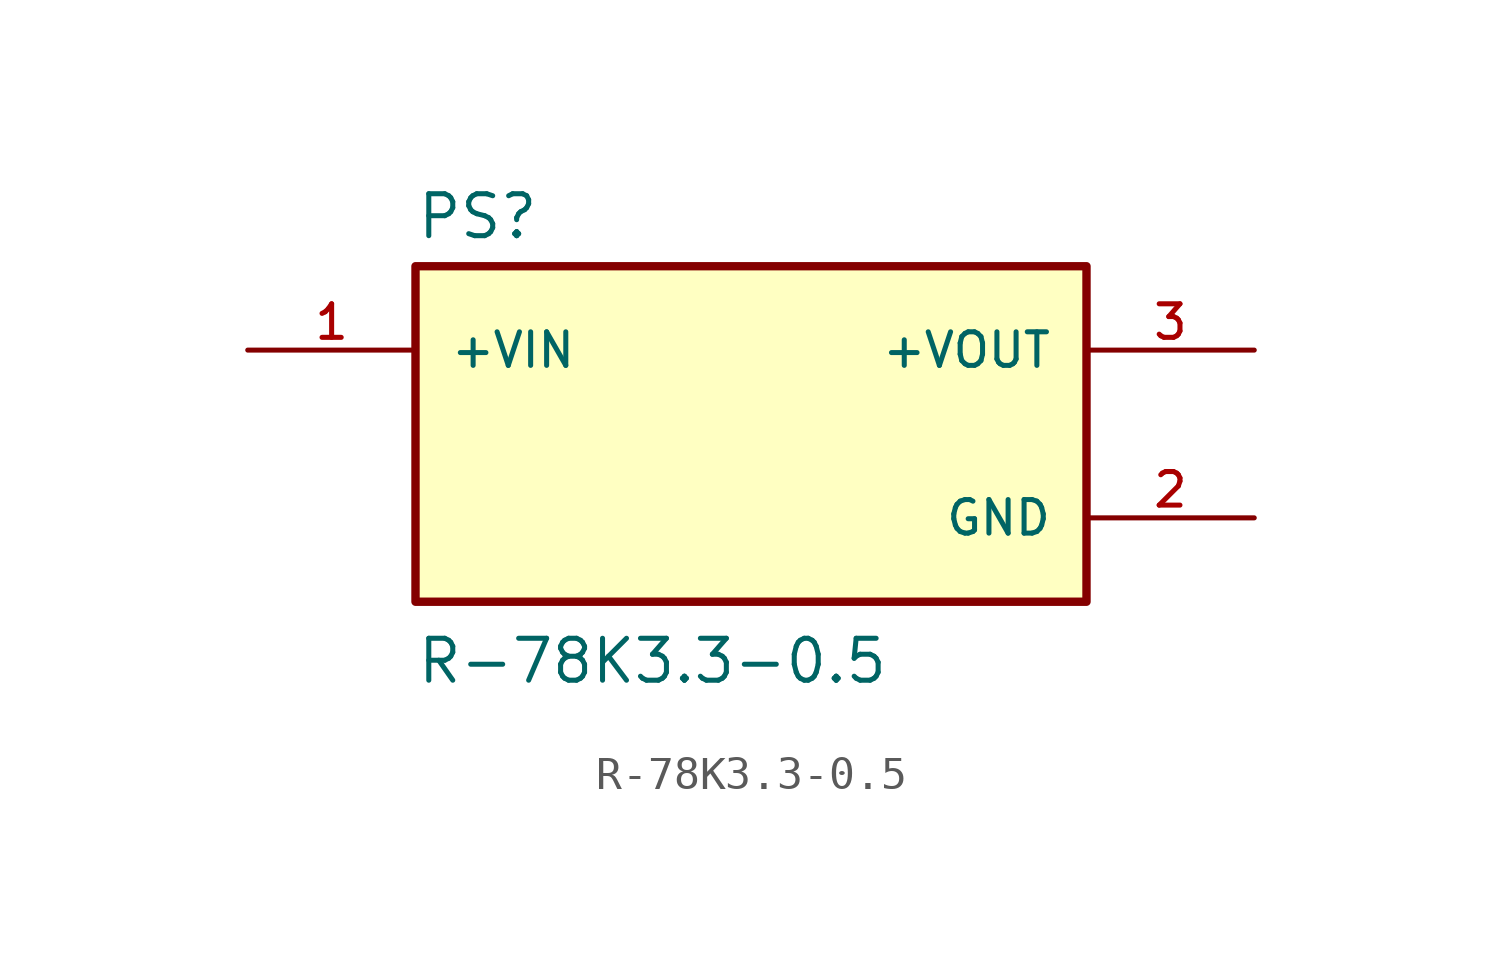
<source format=kicad_sym>
(kicad_symbol_lib
  (version 20211014)
  (generator kicad_symbol_editor)
  (symbol "R-78K3.3-0.5"
    (pin_names
      (offset 1.016))
    (property "Reference" "PS"
      (at -10.16 5.842 0)
      (effects (font (size 1.27 1.27)) (justify bottom left)))
    (property "Value" "R-78K3.3-0.5"
      (at -10.16 -7.62 0)
      (effects (font (size 1.27 1.27)) (justify bottom left)))
    (symbol "R-78K3.3-0.5_0_0"
      (rectangle (start -10.16 -5.08) (end 10.16 5.08) (stroke (width 0.254)) (fill (type background)))
      (pin input line (at -15.24 2.54 0) (length 5.08) (name "+VIN" (effects (font (size 1.016 1.016)))) (number "1" (effects (font (size 1.016 1.016)))))
      (pin power_in line (at 15.24 -2.54 180.0) (length 5.08) (name "GND" (effects (font (size 1.016 1.016)))) (number "2" (effects (font (size 1.016 1.016)))))
      (pin output line (at 15.24 2.54 180.0) (length 5.08) (name "+VOUT" (effects (font (size 1.016 1.016)))) (number "3" (effects (font (size 1.016 1.016))))))))
</source>
